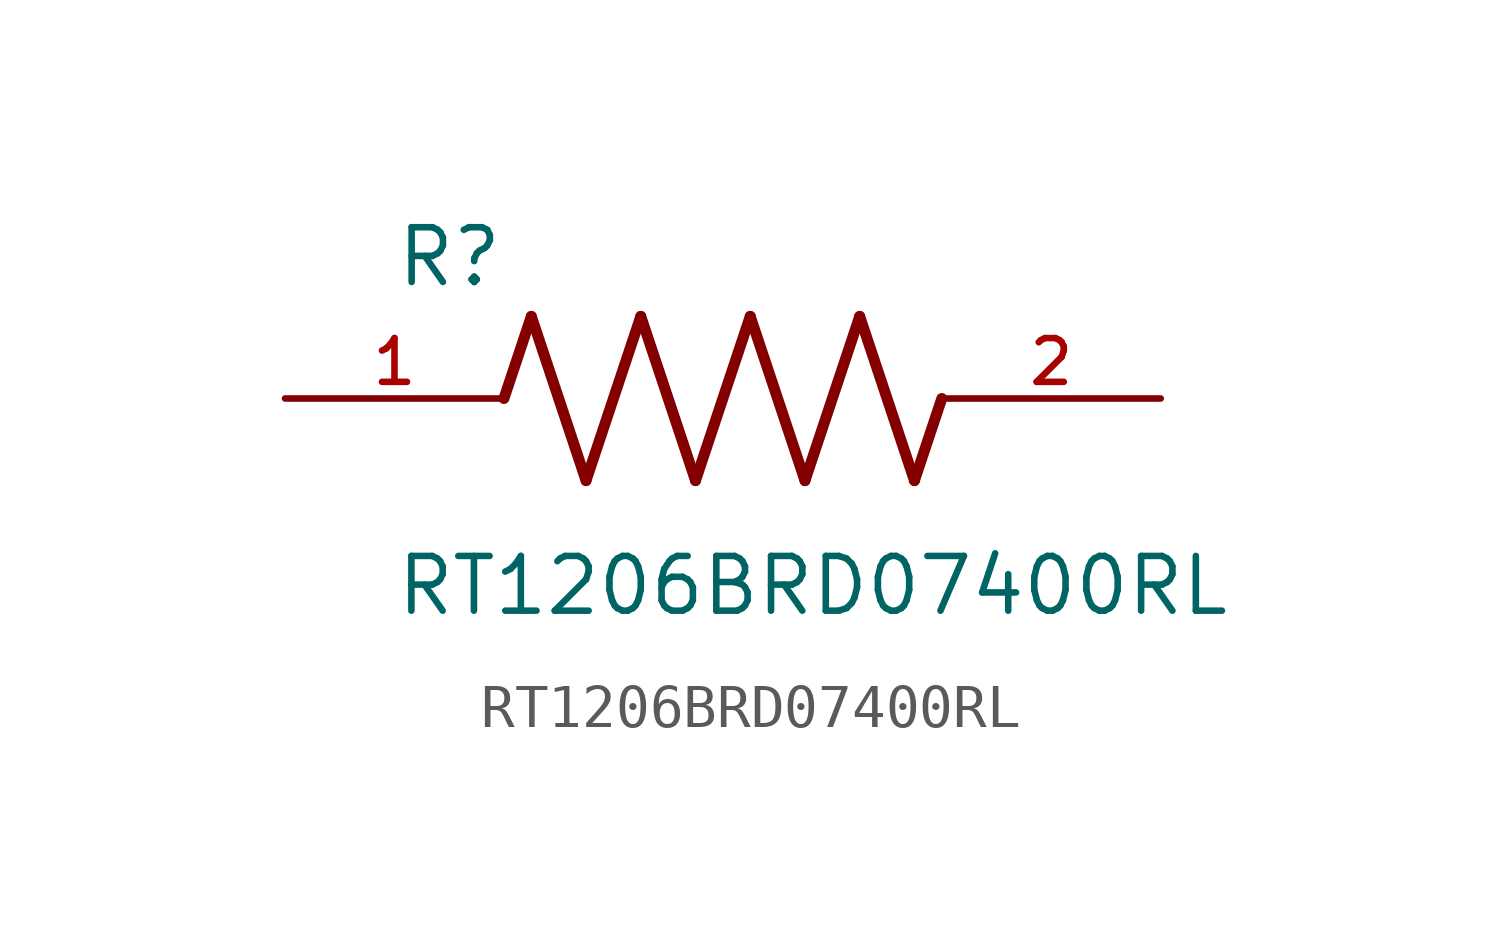
<source format=kicad_sym>
(kicad_symbol_lib
  (version 20211014)
  (generator kicad_symbol_editor)
  (symbol "RT1206BRD07400RL"
    (pin_names
      (offset 1.016))
    (property "Reference" "R"
      (at -7.624 2.541 0)
      (effects (font (size 1.27 1.27)) (justify bottom left)))
    (property "Value" "RT1206BRD07400RL"
      (at -7.63 -5.087 0)
      (effects (font (size 1.27 1.27)) (justify bottom left)))
    (symbol "RT1206BRD07400RL_0_0"
      (polyline (pts (xy -5.08 0.0) (xy -4.445 1.905)) (stroke (width 0.254)))
      (polyline (pts (xy -4.445 1.905) (xy -3.175 -1.905)) (stroke (width 0.254)))
      (polyline (pts (xy -3.175 -1.905) (xy -1.905 1.905)) (stroke (width 0.254)))
      (polyline (pts (xy -1.905 1.905) (xy -0.635 -1.905)) (stroke (width 0.254)))
      (polyline (pts (xy -0.635 -1.905) (xy 0.635 1.905)) (stroke (width 0.254)))
      (polyline (pts (xy 0.635 1.905) (xy 1.905 -1.905)) (stroke (width 0.254)))
      (polyline (pts (xy 1.905 -1.905) (xy 3.175 1.905)) (stroke (width 0.254)))
      (polyline (pts (xy 3.175 1.905) (xy 4.445 -1.905)) (stroke (width 0.254)))
      (polyline (pts (xy 4.445 -1.905) (xy 5.08 0.0)) (stroke (width 0.254)))
      (pin passive line (at -10.16 0.0 0) (length 5.08) (name "~" (effects (font (size 1.016 1.016)))) (number "1" (effects (font (size 1.016 1.016)))))
      (pin passive line (at 10.16 0.0 180.0) (length 5.08) (name "~" (effects (font (size 1.016 1.016)))) (number "2" (effects (font (size 1.016 1.016))))))))
</source>
